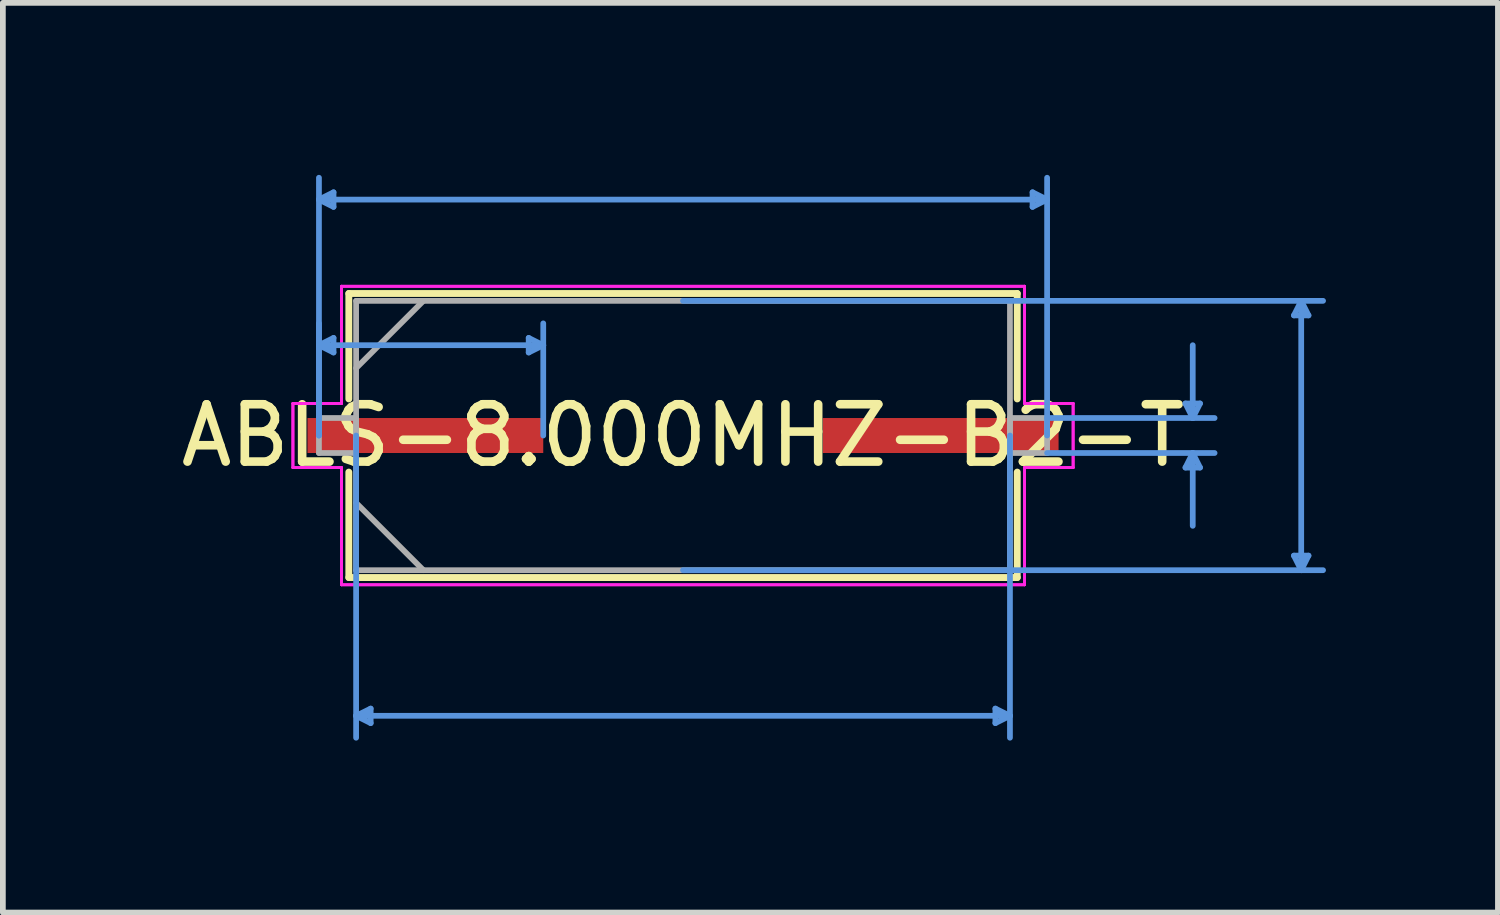
<source format=kicad_pcb>
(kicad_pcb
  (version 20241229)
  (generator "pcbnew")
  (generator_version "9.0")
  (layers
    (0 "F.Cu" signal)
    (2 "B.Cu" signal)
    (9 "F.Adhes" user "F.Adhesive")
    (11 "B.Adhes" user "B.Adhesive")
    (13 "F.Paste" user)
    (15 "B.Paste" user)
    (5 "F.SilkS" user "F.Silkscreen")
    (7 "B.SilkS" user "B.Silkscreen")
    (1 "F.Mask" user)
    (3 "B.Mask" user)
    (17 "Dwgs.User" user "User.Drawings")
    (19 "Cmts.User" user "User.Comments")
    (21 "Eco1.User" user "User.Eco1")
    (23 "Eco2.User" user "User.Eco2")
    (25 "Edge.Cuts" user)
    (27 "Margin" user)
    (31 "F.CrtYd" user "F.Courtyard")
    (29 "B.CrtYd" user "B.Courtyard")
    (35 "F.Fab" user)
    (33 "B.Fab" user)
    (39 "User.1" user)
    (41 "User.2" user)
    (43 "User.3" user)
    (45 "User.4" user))
  (footprint "ABLS-8.000MHZ-B2-T"
    (layer "F.Cu")
    (at 8.863 4.546)
    (property "Reference" "ABLS-8.000MHZ-B2-T" (at 0 0 0) (layer "F.SilkS") (effects (font (size 1 1) (thickness 0.15))))
    (attr through_hole)
    (fp_line (start -5.829 -2.477) (end -5.829 -0.638) (stroke (width 0.12) (type solid)) (layer "F.SilkS"))
    (fp_line (start -5.829 0.638) (end -5.829 2.477) (stroke (width 0.12) (type solid)) (layer "F.SilkS"))
    (fp_line (start -5.829 2.477) (end 5.829 2.477) (stroke (width 0.12) (type solid)) (layer "F.SilkS"))
    (fp_line (start 5.829 -2.477) (end -5.829 -2.477) (stroke (width 0.12) (type solid)) (layer "F.SilkS"))
    (fp_line (start 5.829 -0.638) (end 5.829 -2.477) (stroke (width 0.12) (type solid)) (layer "F.SilkS"))
    (fp_line (start 5.829 2.477) (end 5.829 0.638) (stroke (width 0.12) (type solid)) (layer "F.SilkS"))
    (fp_line (start -6.35 -4.115) (end -6.096 -4.242) (stroke (width 0.1) (type solid)) (layer "Cmts.User"))
    (fp_line (start -6.35 -4.115) (end -6.096 -3.988) (stroke (width 0.1) (type solid)) (layer "Cmts.User"))
    (fp_line (start -6.35 -4.115) (end 6.35 -4.115) (stroke (width 0.1) (type solid)) (layer "Cmts.User"))
    (fp_line (start -6.35 -1.575) (end -6.096 -1.702) (stroke (width 0.1) (type solid)) (layer "Cmts.User"))
    (fp_line (start -6.35 -1.575) (end -6.096 -1.448) (stroke (width 0.1) (type solid)) (layer "Cmts.User"))
    (fp_line (start -6.35 -1.575) (end -2.438 -1.575) (stroke (width 0.1) (type solid)) (layer "Cmts.User"))
    (fp_line (start -6.35 0) (end -6.35 -4.496) (stroke (width 0.1) (type solid)) (layer "Cmts.User"))
    (fp_line (start -6.35 0) (end -6.35 -1.956) (stroke (width 0.1) (type solid)) (layer "Cmts.User"))
    (fp_line (start -6.096 -4.242) (end -6.096 -3.988) (stroke (width 0.1) (type solid)) (layer "Cmts.User"))
    (fp_line (start -6.096 -1.702) (end -6.096 -1.448) (stroke (width 0.1) (type solid)) (layer "Cmts.User"))
    (fp_line (start -5.702 0) (end -5.702 5.271) (stroke (width 0.1) (type solid)) (layer "Cmts.User"))
    (fp_line (start -5.702 4.889) (end -5.448 4.763) (stroke (width 0.1) (type solid)) (layer "Cmts.User"))
    (fp_line (start -5.702 4.889) (end -5.448 5.016) (stroke (width 0.1) (type solid)) (layer "Cmts.User"))
    (fp_line (start -5.702 4.889) (end 5.702 4.889) (stroke (width 0.1) (type solid)) (layer "Cmts.User"))
    (fp_line (start -5.448 4.763) (end -5.448 5.016) (stroke (width 0.1) (type solid)) (layer "Cmts.User"))
    (fp_line (start -2.692 -1.702) (end -2.692 -1.448) (stroke (width 0.1) (type solid)) (layer "Cmts.User"))
    (fp_line (start -2.438 -1.575) (end -2.692 -1.702) (stroke (width 0.1) (type solid)) (layer "Cmts.User"))
    (fp_line (start -2.438 -1.575) (end -2.692 -1.448) (stroke (width 0.1) (type solid)) (layer "Cmts.User"))
    (fp_line (start -2.438 0) (end -2.438 -1.956) (stroke (width 0.1) (type solid)) (layer "Cmts.User"))
    (fp_line (start 0 -2.349) (end 11.163 -2.349) (stroke (width 0.1) (type solid)) (layer "Cmts.User"))
    (fp_line (start 0 2.349) (end 11.163 2.349) (stroke (width 0.1) (type solid)) (layer "Cmts.User"))
    (fp_line (start 5.448 4.763) (end 5.448 5.016) (stroke (width 0.1) (type solid)) (layer "Cmts.User"))
    (fp_line (start 5.702 0) (end 5.702 5.271) (stroke (width 0.1) (type solid)) (layer "Cmts.User"))
    (fp_line (start 5.702 4.889) (end 5.448 4.763) (stroke (width 0.1) (type solid)) (layer "Cmts.User"))
    (fp_line (start 5.702 4.889) (end 5.448 5.016) (stroke (width 0.1) (type solid)) (layer "Cmts.User"))
    (fp_line (start 6.096 -4.242) (end 6.096 -3.988) (stroke (width 0.1) (type solid)) (layer "Cmts.User"))
    (fp_line (start 6.35 -4.115) (end 6.096 -4.242) (stroke (width 0.1) (type solid)) (layer "Cmts.User"))
    (fp_line (start 6.35 -4.115) (end 6.096 -3.988) (stroke (width 0.1) (type solid)) (layer "Cmts.User"))
    (fp_line (start 6.35 -0.305) (end 9.271 -0.305) (stroke (width 0.1) (type solid)) (layer "Cmts.User"))
    (fp_line (start 6.35 0) (end 6.35 -4.496) (stroke (width 0.1) (type solid)) (layer "Cmts.User"))
    (fp_line (start 6.35 0.305) (end 9.271 0.305) (stroke (width 0.1) (type solid)) (layer "Cmts.User"))
    (fp_line (start 8.763 -0.559) (end 9.017 -0.559) (stroke (width 0.1) (type solid)) (layer "Cmts.User"))
    (fp_line (start 8.763 0.559) (end 9.017 0.559) (stroke (width 0.1) (type solid)) (layer "Cmts.User"))
    (fp_line (start 8.89 -0.305) (end 8.763 -0.559) (stroke (width 0.1) (type solid)) (layer "Cmts.User"))
    (fp_line (start 8.89 -0.305) (end 8.89 -1.575) (stroke (width 0.1) (type solid)) (layer "Cmts.User"))
    (fp_line (start 8.89 -0.305) (end 9.017 -0.559) (stroke (width 0.1) (type solid)) (layer "Cmts.User"))
    (fp_line (start 8.89 0.305) (end 8.763 0.559) (stroke (width 0.1) (type solid)) (layer "Cmts.User"))
    (fp_line (start 8.89 0.305) (end 8.89 1.575) (stroke (width 0.1) (type solid)) (layer "Cmts.User"))
    (fp_line (start 8.89 0.305) (end 9.017 0.559) (stroke (width 0.1) (type solid)) (layer "Cmts.User"))
    (fp_line (start 10.655 -2.095) (end 10.909 -2.095) (stroke (width 0.1) (type solid)) (layer "Cmts.User"))
    (fp_line (start 10.655 2.095) (end 10.909 2.095) (stroke (width 0.1) (type solid)) (layer "Cmts.User"))
    (fp_line (start 10.782 -2.349) (end 10.655 -2.095) (stroke (width 0.1) (type solid)) (layer "Cmts.User"))
    (fp_line (start 10.782 -2.349) (end 10.782 2.349) (stroke (width 0.1) (type solid)) (layer "Cmts.User"))
    (fp_line (start 10.782 -2.349) (end 10.909 -2.095) (stroke (width 0.1) (type solid)) (layer "Cmts.User"))
    (fp_line (start 10.782 2.349) (end 10.655 2.095) (stroke (width 0.1) (type solid)) (layer "Cmts.User"))
    (fp_line (start 10.782 2.349) (end 10.909 2.095) (stroke (width 0.1) (type solid)) (layer "Cmts.User"))
    (fp_line (start -6.804 -0.559) (end -5.956 -0.559) (stroke (width 0.05) (type solid)) (layer "F.CrtYd"))
    (fp_line (start -6.804 -0.559) (end -5.956 -0.559) (stroke (width 0.05) (type solid)) (layer "F.CrtYd"))
    (fp_line (start -6.804 0.559) (end -6.804 -0.559) (stroke (width 0.05) (type solid)) (layer "F.CrtYd"))
    (fp_line (start -6.804 0.559) (end -6.804 -0.559) (stroke (width 0.05) (type solid)) (layer "F.CrtYd"))
    (fp_line (start -5.956 -2.603) (end 5.956 -2.603) (stroke (width 0.05) (type solid)) (layer "F.CrtYd"))
    (fp_line (start -5.956 -2.603) (end 5.956 -2.603) (stroke (width 0.05) (type solid)) (layer "F.CrtYd"))
    (fp_line (start -5.956 -0.559) (end -5.956 -2.603) (stroke (width 0.05) (type solid)) (layer "F.CrtYd"))
    (fp_line (start -5.956 -0.559) (end -5.956 -2.603) (stroke (width 0.05) (type solid)) (layer "F.CrtYd"))
    (fp_line (start -5.956 0.559) (end -6.804 0.559) (stroke (width 0.05) (type solid)) (layer "F.CrtYd"))
    (fp_line (start -5.956 0.559) (end -6.804 0.559) (stroke (width 0.05) (type solid)) (layer "F.CrtYd"))
    (fp_line (start -5.956 2.603) (end -5.956 0.559) (stroke (width 0.05) (type solid)) (layer "F.CrtYd"))
    (fp_line (start -5.956 2.603) (end -5.956 0.559) (stroke (width 0.05) (type solid)) (layer "F.CrtYd"))
    (fp_line (start 5.956 -2.603) (end 5.956 -0.559) (stroke (width 0.05) (type solid)) (layer "F.CrtYd"))
    (fp_line (start 5.956 -2.603) (end 5.956 -0.559) (stroke (width 0.05) (type solid)) (layer "F.CrtYd"))
    (fp_line (start 5.956 -0.559) (end 6.804 -0.559) (stroke (width 0.05) (type solid)) (layer "F.CrtYd"))
    (fp_line (start 5.956 -0.559) (end 6.804 -0.559) (stroke (width 0.05) (type solid)) (layer "F.CrtYd"))
    (fp_line (start 5.956 0.559) (end 5.956 2.603) (stroke (width 0.05) (type solid)) (layer "F.CrtYd"))
    (fp_line (start 5.956 0.559) (end 5.956 2.603) (stroke (width 0.05) (type solid)) (layer "F.CrtYd"))
    (fp_line (start 5.956 2.603) (end -5.956 2.603) (stroke (width 0.05) (type solid)) (layer "F.CrtYd"))
    (fp_line (start 5.956 2.603) (end -5.956 2.603) (stroke (width 0.05) (type solid)) (layer "F.CrtYd"))
    (fp_line (start 6.804 -0.559) (end 6.804 0.559) (stroke (width 0.05) (type solid)) (layer "F.CrtYd"))
    (fp_line (start 6.804 -0.559) (end 6.804 0.559) (stroke (width 0.05) (type solid)) (layer "F.CrtYd"))
    (fp_line (start 6.804 0.559) (end 5.956 0.559) (stroke (width 0.05) (type solid)) (layer "F.CrtYd"))
    (fp_line (start 6.804 0.559) (end 5.956 0.559) (stroke (width 0.05) (type solid)) (layer "F.CrtYd"))
    (fp_line (start -6.35 -0.305) (end -6.35 0.305) (stroke (width 0.1) (type solid)) (layer "F.Fab"))
    (fp_line (start -6.35 0.305) (end -5.702 0.305) (stroke (width 0.1) (type solid)) (layer "F.Fab"))
    (fp_line (start -5.702 -2.349) (end -5.702 2.349) (stroke (width 0.1) (type solid)) (layer "F.Fab"))
    (fp_line (start -5.702 -1.175) (end -4.528 -2.349) (stroke (width 0.1) (type solid)) (layer "F.Fab"))
    (fp_line (start -5.702 -0.305) (end -6.35 -0.305) (stroke (width 0.1) (type solid)) (layer "F.Fab"))
    (fp_line (start -5.702 0.305) (end -5.702 -0.305) (stroke (width 0.1) (type solid)) (layer "F.Fab"))
    (fp_line (start -5.702 1.175) (end -4.528 2.349) (stroke (width 0.1) (type solid)) (layer "F.Fab"))
    (fp_line (start -5.702 2.349) (end 5.702 2.349) (stroke (width 0.1) (type solid)) (layer "F.Fab"))
    (fp_line (start 5.702 -2.349) (end -5.702 -2.349) (stroke (width 0.1) (type solid)) (layer "F.Fab"))
    (fp_line (start 5.702 -0.305) (end 5.702 0.305) (stroke (width 0.1) (type solid)) (layer "F.Fab"))
    (fp_line (start 5.702 0.305) (end 6.35 0.305) (stroke (width 0.1) (type solid)) (layer "F.Fab"))
    (fp_line (start 5.702 2.349) (end 5.702 -2.349) (stroke (width 0.1) (type solid)) (layer "F.Fab"))
    (fp_line (start 6.35 -0.305) (end 5.702 -0.305) (stroke (width 0.1) (type solid)) (layer "F.Fab"))
    (fp_line (start 6.35 0.305) (end 6.35 -0.305) (stroke (width 0.1) (type solid)) (layer "F.Fab"))
    (pad "1" smd rect (at -4.494 0) (size 4.112 0.61) (layers "F.Cu" "F.Mask" "F.Paste"))
    (pad "2" smd rect (at 4.494 0) (size 4.112 0.61) (layers "F.Cu" "F.Mask" "F.Paste")))
  (gr_rect
    (start -3 -3)
    (end 23.076 12.866)
    (stroke (width 0.1) (type default))
    (fill no)
    (layer "Edge.Cuts")))
</source>
